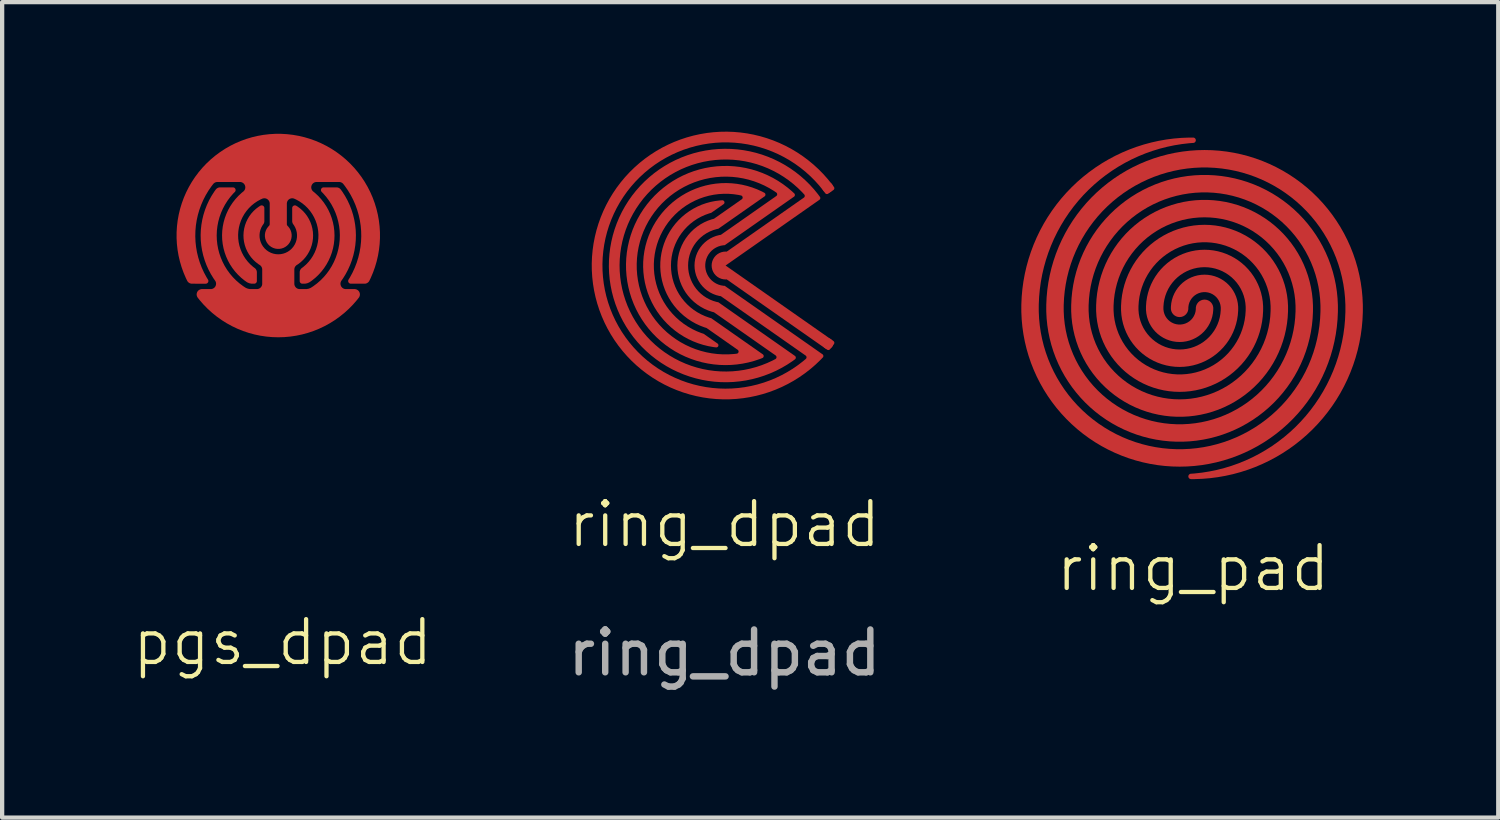
<source format=kicad_pcb>
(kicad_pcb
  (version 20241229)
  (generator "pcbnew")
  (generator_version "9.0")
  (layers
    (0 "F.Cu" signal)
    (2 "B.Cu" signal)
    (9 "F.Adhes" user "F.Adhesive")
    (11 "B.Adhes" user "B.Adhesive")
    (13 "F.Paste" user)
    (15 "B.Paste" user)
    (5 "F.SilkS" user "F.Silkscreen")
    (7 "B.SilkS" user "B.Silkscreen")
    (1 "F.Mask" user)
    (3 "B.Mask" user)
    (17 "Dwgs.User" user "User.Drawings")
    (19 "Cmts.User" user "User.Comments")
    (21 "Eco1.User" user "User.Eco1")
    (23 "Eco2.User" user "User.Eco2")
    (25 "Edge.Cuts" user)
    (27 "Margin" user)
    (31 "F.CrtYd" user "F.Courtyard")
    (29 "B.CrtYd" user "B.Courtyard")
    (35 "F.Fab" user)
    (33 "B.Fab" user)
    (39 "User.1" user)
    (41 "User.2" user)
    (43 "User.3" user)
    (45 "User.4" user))
  (footprint "pgs_dpad"
    (layer "F.Cu")
    (at 3.448 2.45)
    (property "Reference" "pgs_dpad" (at 0.102 9.5 0) (unlocked yes) (layer "F.SilkS") (effects (font (size 1 1) (thickness 0.1))))
    (attr smd)
    (fp_circle (center 0 0) (end 2.4 0) (stroke (width 0.1) (type solid)) (fill yes) (layer "F.Mask"))
    (pad "1" smd custom (at -0.508 -1.753) (size 0.5 0.5) (layers "F.Cu" "F.Mask") (options (anchor circle)) (primitives (gr_poly (pts (xy -1.186 2.878) (arc (start -1.507564 2.8776) (mid -1.573445 2.85883) (end -1.61954 2.808156)) (arc (start -1.61954 2.808156) (mid 0.508 -0.6224) (end 2.63554 2.808156)) (arc (start 2.63554 2.808156) (mid 2.589409 2.858833) (end 2.5235 2.8776)) (arc (start 2.2024 2.8776) (mid 2.147709 2.845351) (end 2.149479 2.781897)) (arc (start 2.149479 2.781897) (mid 2.442594 1.64653) (end 2.027109 0.550014)) (arc (start 2.027109 0.550014) (mid 1.983537 0.515076) (end 1.9291 0.5026)) (arc (start 1.40286 0.5026) (mid 1.284851 0.586391) (end 1.32505 0.725426)) (arc (start 1.32505 0.725426) (mid 1.819724 1.797714) (end 1.252547 2.833482)) (arc (start 1.252547 2.833482) (mid 1.184992 2.866322) (end 1.110728 2.8776)) (arc (start 1.0705 2.8776) (mid 1.026306 2.859294) (end 1.008 2.8151)) (arc (start 1.008 2.61177) (mid 1.02161 2.555081) (end 1.059471 2.510747)) (arc (start 1.059471 2.510747) (mid 1.439969 1.650914) (end 0.883 0.893367)) (arc (start 0.883 0.893367) (mid 0.76454 0.903314) (end 0.708 1.007884)) (arc (start 0.708 1.4848) (mid 0.71288 1.509004) (end 0.72675 1.52943)) (arc (start 0.72675 1.52943) (mid 0.508 2.0651) (end 0.28925 1.52943)) (arc (start 0.28925 1.52943) (mid 0.303122 1.509002) (end 0.308 1.484795)) (arc (start 0.308 1.007932) (mid 0.251465 0.903349) (end 0.133 0.893367)) (arc (start 0.133 0.893367) (mid -0.423969 1.650914) (end -0.043471 2.510747)) (arc (start -0.043471 2.510747) (mid -0.005608 2.555114) (end 0.008 2.611831)) (arc (start 0.008 2.815099) (mid -0.010306 2.859294) (end -0.054501 2.8776)) (arc (start -0.094728 2.8776) (mid -0.168989 2.866316) (end -0.236547 2.833482)) (arc (start -0.236547 2.833482) (mid -0.803724 1.797714) (end -0.30905 0.725426)) (arc (start -0.30905 0.725426) (mid -0.268853 0.586389) (end -0.386864 0.5026)) (arc (start -0.913103 0.5026) (mid -0.967539 0.515076) (end -1.011109 0.550014)) (arc (start -1.011109 0.550014) (mid -1.426594 1.64653) (end -1.133479 2.781897)) (arc (start -1.133479 2.781897) (mid -1.131742 2.845358) (end -1.18643 2.877599))) (width 0) (fill yes))))
    (pad "2" smd custom (at -0.508 1.88) (size 0.5 0.5) (layers "F.Cu" "F.Mask") (options (anchor circle)) (primitives (gr_poly (pts (xy -1.273 -0.63) (xy -1.273 -0.63) (arc (start -1.06943 -0.6296) (mid -0.958305 -0.697362) (end -0.967659 -0.827181)) (arc (start -0.967659 -0.827181) (mid -1.304451 -1.89297) (end -0.951973 -2.953674)) (arc (start -0.951973 -2.953674) (mid -0.907701 -2.991144) (end -0.851284 -3.0046)) (arc (start -0.550818 -3.0046) (mid -0.493055 -2.965968) (end -0.5067 -2.897829)) (arc (start -0.5067 -2.897829) (mid -0.921276 -1.726052) (end -0.267263 -0.669074)) (arc (start -0.267263 -0.669074) (mid -0.202679 -0.639671) (end -0.132436 -0.6296)) (arc (start 0.007999 -0.6296) (mid 0.096388 -0.666212) (end 0.133 -0.754601)) (arc (start 0.133 -1.086562) (mid 0.117449 -1.146943) (end 0.074667 -1.192302)) (arc (start 0.074667 -1.192302) (mid -0.304461 -1.887555) (end 0.088208 -2.575252)) (arc (start 0.088208 -2.575252) (mid 0.151224 -2.576165) (end 0.183 -2.521738)) (arc (start 0.183 -2.217103) (mid 0.176585 -2.177573) (end 0.158 -2.1421)) (arc (start 0.158 -2.1421) (mid 0.508 -1.4421) (end 0.858 -2.1421)) (arc (start 0.858 -2.1421) (mid 0.839415 -2.177572) (end 0.833 -2.2171)) (arc (start 0.833 -2.52168) (mid 0.864767 -2.57612) (end 0.927792 -2.575252)) (arc (start 0.927792 -2.575252) (mid 1.320462 -1.887555) (end 0.941333 -1.192302)) (arc (start 0.941333 -1.192302) (mid 0.89855 -1.146943) (end 0.883 -1.08656)) (arc (start 0.883 -0.7546) (mid 0.919612 -0.666212) (end 1.008 -0.6296)) (arc (start 1.145485 -0.6296) (mid 1.217261 -0.63926) (end 1.283263 -0.669074)) (arc (start 1.283263 -0.669074) (mid 1.937276 -1.726052) (end 1.5227 -2.897829)) (arc (start 1.5227 -2.897829) (mid 1.509051 -2.965969) (end 1.566817 -3.0046)) (arc (start 1.8673 -3.0046) (mid 1.923707 -2.991138) (end 1.967973 -2.953674)) (arc (start 1.967973 -2.953674) (mid 2.320451 -1.89297) (end 1.983659 -0.827181)) (arc (start 1.983659 -0.827181) (mid 1.974321 -0.697357) (end 2.0854 -0.6296)) (arc (start 2.289 -0.6296) (mid 2.401173 -0.559719) (end 2.387919 -0.428211)) (arc (start 2.387919 -0.428211) (mid 0.508 0.4954) (end -1.371919 -0.428211)) (arc (start -1.371919 -0.428211) (mid -1.385167 -0.55972) (end -1.272976 -0.629599))) (width 0) (fill yes)))))
  (footprint "ring_pad"
    (layer "F.Cu")
    (at 24.786 4.15)
    (property "Reference" "ring_pad" (at 0.025 6.071 0) (unlocked yes) (layer "F.SilkS") (effects (font (size 1 1) (thickness 0.1))))
    (attr smd exclude_from_bom)
    (fp_circle (center 0 0) (end 4 0) (stroke (width 0.025) (type solid)) (fill yes) (layer "F.Mask"))
    (pad "1" smd custom (at -1.953 -3.323) (size 0.25 0.25) (layers "F.Cu" "F.Mask") (options (anchor circle)) (primitives (gr_poly (pts (arc (start 1.97852 -0.652003) (mid -0.848582 0.50323) (end -2.021798 3.322916)) (arc (start -2.021798 3.322916) (mid 1.66213 7.006846) (end 5.346059 3.322916)) (arc (start 5.346059 3.322916) (mid 2.244274 0.221129) (end -0.857512 3.322916)) (arc (start -0.857512 3.322916) (mid 1.66213 5.84256) (end 4.181773 3.322916)) (arc (start 4.181773 3.322916) (mid 2.244273 1.385416) (end 0.306773 3.322916)) (arc (start 0.306773 3.322916) (mid 1.66213 4.678273) (end 3.017488 3.322916)) (arc (start 3.017488 3.322916) (mid 2.244273 2.549703) (end 1.471059 3.322916)) (arc (start 1.471059 3.322916) (mid 1.66213 3.513987) (end 1.853202 3.322916)) (arc (start 1.853202 3.322916) (mid 2.244274 2.931845) (end 2.635345 3.322916)) (arc (start 2.635345 3.322916) (mid 1.66213 4.29613) (end 0.688916 3.322916)) (arc (start 0.688916 3.322916) (mid 2.244274 1.767559) (end 3.799631 3.322916)) (arc (start 3.799631 3.322916) (mid 1.662131 5.460416) (end -0.475369 3.322916)) (arc (start -0.475369 3.322916) (mid 2.244274 0.603272) (end 4.963916 3.322916)) (arc (start 4.963916 3.322916) (mid 1.66213 6.624703) (end -1.639655 3.322916)) (arc (start -1.639655 3.322916) (mid -0.593434 0.671065) (end 1.981584 -0.552119)) (arc (start 1.981584 -0.552119) (mid 2.028179 -0.603537) (end 1.97852 -0.652003))) (width 0.025) (fill yes))))
    (pad "2" smd custom (at 1.801 3.408) (size 0.25 0.25) (layers "F.Cu" "F.Mask") (options (anchor circle)) (primitives (gr_poly (pts (arc (start -5.193365 -3.407967) (mid -2.09158 -0.30618) (end 1.010206 -3.407967)) (arc (start 1.010206 -3.407967) (mid -1.509436 -5.927611) (end -4.029079 -3.407967)) (arc (start -4.029079 -3.407967) (mid -2.091579 -1.470467) (end -0.154079 -3.407967)) (arc (start -0.154079 -3.407967) (mid -1.509436 -4.763324) (end -2.864794 -3.407967)) (arc (start -2.864794 -3.407967) (mid -2.091579 -2.634754) (end -1.318365 -3.407967)) (arc (start -1.318365 -3.407967) (mid -1.509436 -3.599038) (end -1.700508 -3.407967)) (arc (start -1.700508 -3.407967) (mid -2.09158 -3.016896) (end -2.482651 -3.407967)) (arc (start -2.482651 -3.407967) (mid -1.509436 -4.381181) (end -0.536222 -3.407967)) (arc (start -0.536222 -3.407967) (mid -2.09158 -1.85261) (end -3.646937 -3.407967)) (arc (start -3.646937 -3.407967) (mid -1.509437 -5.545467) (end 0.628063 -3.407967)) (arc (start 0.628063 -3.407967) (mid -2.09158 -0.688323) (end -4.811222 -3.407967)) (arc (start -4.811222 -3.407967) (mid -1.509436 -6.709754) (end 1.792349 -3.407967)) (arc (start 1.792349 -3.407967) (mid 0.746128 -0.756115) (end -1.82889 0.467068)) (arc (start -1.82889 0.467068) (mid -1.875485 0.518486) (end -1.825826 0.566952)) (arc (start -1.825826 0.566952) (mid 1.001276 -0.588281) (end 2.174492 -3.407967)) (arc (start 2.174492 -3.407967) (mid -1.509436 -7.091897) (end -5.193365 -3.407967))) (width 0.025) (fill yes))))
    (zone (net_name "") (layer "F.Cu") (name "nocop") (hatch edge 0.5) (connect_pads) (min_thickness 0.25) (filled_areas_thickness no) (keepout (tracks allowed) (vias allowed) (pads allowed) (copperpour not_allowed) (footprints allowed)) (placement (enabled no)) (fill) (polygon (pts (xy 28.936 4.15) (xy 28.916 3.743) (xy 28.856 3.34) (xy 28.757 2.945) (xy 28.62 2.562) (xy 28.446 2.194) (xy 28.236 1.844) (xy 27.994 1.517) (xy 27.72 1.216) (xy 27.418 0.942) (xy 27.091 0.699) (xy 26.742 0.49) (xy 26.374 0.316) (xy 25.99 0.179) (xy 25.595 0.08) (xy 25.192 0.02) (xy 24.786 0) (xy 24.379 0.02) (xy 23.976 0.08) (xy 23.581 0.179) (xy 23.198 0.316) (xy 22.829 0.49) (xy 22.48 0.699) (xy 22.153 0.942) (xy 21.851 1.216) (xy 21.578 1.517) (xy 21.335 1.844) (xy 21.126 2.194) (xy 20.952 2.562) (xy 20.814 2.945) (xy 20.715 3.34) (xy 20.656 3.743) (xy 20.636 4.15) (xy 20.656 4.557) (xy 20.715 4.96) (xy 20.814 5.355) (xy 20.952 5.738) (xy 21.126 6.106) (xy 21.335 6.456) (xy 21.578 6.783) (xy 21.851 7.084) (xy 22.153 7.358) (xy 22.48 7.601) (xy 22.829 7.81) (xy 23.198 7.984) (xy 23.581 8.121) (xy 23.976 8.22) (xy 24.379 8.28) (xy 24.786 8.3) (xy 25.192 8.28) (xy 25.595 8.22) (xy 25.99 8.121) (xy 26.374 7.984) (xy 26.742 7.81) (xy 27.091 7.601) (xy 27.418 7.358) (xy 27.72 7.084) (xy 27.994 6.783) (xy 28.236 6.456) (xy 28.446 6.106) (xy 28.62 5.738) (xy 28.757 5.355) (xy 28.856 4.96) (xy 28.916 4.557)))))
  (footprint "ring_dpad"
    (layer "F.Cu")
    (at 13.893 3.15)
    (property "Reference" "ring_dpad" (at -0.025 6.044 0) (unlocked yes) (layer "F.SilkS") (effects (font (size 1 1) (thickness 0.1))))
    (attr smd)
    (fp_poly (pts (arc (start 2.530367 1.833813) (mid 2.539218 1.796195) (end 2.51856 1.763514)) (xy 0 0) (arc (start 2.190849 -1.534049) (mid 2.211499 -1.566783) (end 2.202584 -1.604446)) (arc (start 2.202584 -1.604446) (mid -2.693443 -0.413509) (end 1.619847 2.191283)) (arc (start 1.619847 2.191283) (mid 1.640122 2.150435) (end 1.618804 2.110118)) (arc (start -0.168524 0.858618) (mid -0.875 0) (end -0.168524 -0.858618)) (arc (start 0.910159 -1.61392) (mid 0.931385 -1.657913) (end 0.904986 -1.699007)) (arc (start 0.904986 -1.699007) (mid -1.837491 -0.573804) (end -0.222668 1.912078)) (arc (start -0.222668 1.912078) (mid -0.17015 1.880186) (end -0.188205 1.821456)) (arc (start -0.511746 1.594911) (mid -1.617221 -0.436144) (end 0.359577 -1.635949)) (arc (start 0.359577 -1.635949) (mid 0.397874 -1.596914) (end 0.377522 -1.546157)) (arc (start -0.27141 -1.09177) (mid -1.125 0) (end -0.27141 1.09177)) (arc (start 1.168066 2.099702) (mid 1.189296 2.143702) (end 1.162879 2.184797)) (arc (start 1.162879 2.184797) (mid -2.437889 -0.426994) (end 1.836206 -1.659509)) (arc (start 1.836206 -1.659509) (mid 1.84878 -1.620376) (end 1.82779 -1.585026)) (arc (start 0.026716 -0.3239) (mid -0.325 0) (end 0.026716 0.3239)) (xy 2.203 1.848) (arc (start 2.370165 1.964801) (mid 2.405911 1.973353) (end 2.437849 1.955125)) (arc (start 2.437849 1.955125) (mid 2.484848 1.895034) (end 2.530367 1.833813))) (stroke (width 0.0001) (type solid)) (fill yes) (layer "F.Cu"))
    (fp_poly (pts (arc (start -0.019585 -0.474596) (mid -0.475 0) (end -0.019585 0.474596)) (arc (start 2.262344 2.07242) (mid 2.283441 2.108337) (end 2.269985 2.147742)) (arc (start 2.269985 2.147742) (mid -3.118339 -0.20393) (end 2.530367 -1.833813)) (arc (start 2.530367 -1.833813) (mid 2.539174 -1.796202) (end 2.51856 -1.763514)) (arc (start 2.39567 -1.677466) (mid 2.358734 -1.669113) (end 2.326529 -1.689049)) (arc (start 2.326529 -1.689049) (mid -2.855461 -0.33461) (end 1.873008 2.181161)) (arc (start 1.873008 2.181161) (mid 1.890373 2.140763) (end 1.869113 2.102271)) (arc (start -0.10977 0.716642) (mid -0.725 0) (end -0.10977 -0.716642)) (arc (start 1.183699 -1.622338) (mid 1.205008 -1.663395) (end 1.183539 -1.704365)) (arc (start 1.183539 -1.704365) (mid -2.015227 -0.494452) (end 0.260262 2.058613)) (arc (start 0.260262 2.058613) (mid 0.302528 2.021019) (end 0.28267 1.968051)) (arc (start -0.44475 1.458706) (mid -1.513601 -0.186114) (end -0.078117 -1.522998)) (arc (start -0.078117 -1.522998) (mid -0.028271 -1.489316) (end -0.046877 -1.432106)) (arc (start -0.335366 -1.230103) (mid -1.275 0) (end -0.335366 1.230103)) (arc (start 0.868771 2.073249) (mid 0.889752 2.120006) (end 0.858555 2.160673)) (arc (start 0.858555 2.160673) (mid -2.282589 -0.442055) (end 1.603117 -1.683936)) (arc (start 1.603117 -1.683936) (mid 1.618505 -1.643967) (end 1.59732 -1.606765))) (stroke (width 0.0001) (type solid)) (fill yes) (layer "F.Cu"))
    (fp_circle (center 0 0) (end 3.125 0) (stroke (width 0.05) (type solid)) (fill yes) (layer "F.Mask"))
    (fp_text user "${REFERENCE}" (at -0.025 9.044 0) (unlocked yes) (layer "F.Fab") (effects (font (size 1 1) (thickness 0.15))))
    (pad "1" smd circle (at 2.383 -1.825) (size 0.25 0.25) (layers "F.Cu" "F.Mask"))
    (pad "2" smd circle (at 2.389 1.824) (size 0.25 0.25) (layers "F.Cu" "F.Mask"))
    (zone (net_name "") (layers "F.Cu" "Dwgs.User") (name "nocop") (hatch edge 0.5) (connect_pads) (min_thickness 0.25) (filled_areas_thickness no) (keepout (tracks allowed) (vias allowed) (pads allowed) (copperpour not_allowed) (footprints allowed)) (placement (enabled no)) (fill) (polygon (pts (arc (start 16.585658 5.0296) (mid 17.176838 3.145988) (end 16.581056 1.263826)) (xy 13.893 3.15) (arc (start 16.585658 5.0296) (mid 17.176838 3.145988) (end 16.581056 1.263826))))))
  (gr_rect
    (start -3 -3)
    (end 31.936 16.042)
    (stroke (width 0.1) (type default))
    (fill no)
    (layer "Edge.Cuts")))
</source>
